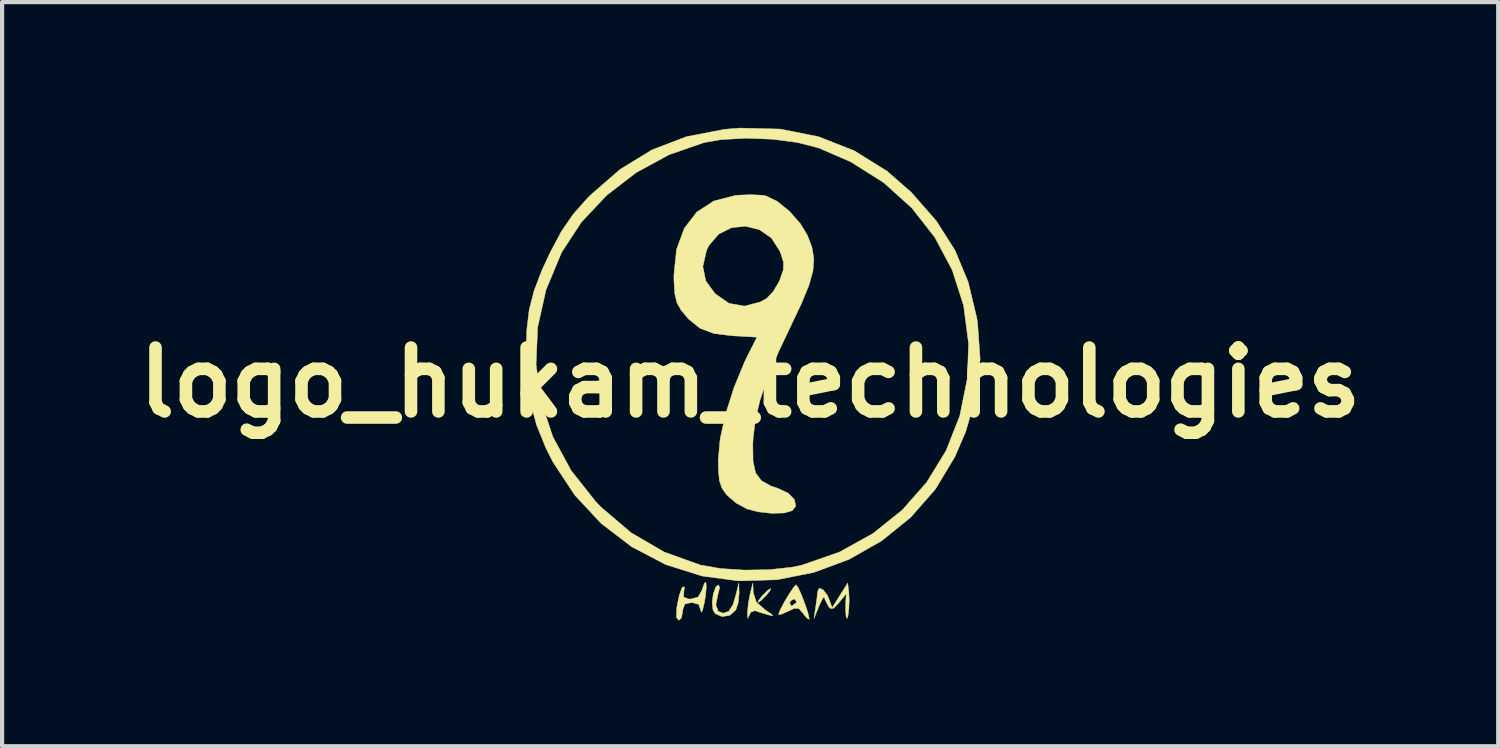
<source format=kicad_pcb>
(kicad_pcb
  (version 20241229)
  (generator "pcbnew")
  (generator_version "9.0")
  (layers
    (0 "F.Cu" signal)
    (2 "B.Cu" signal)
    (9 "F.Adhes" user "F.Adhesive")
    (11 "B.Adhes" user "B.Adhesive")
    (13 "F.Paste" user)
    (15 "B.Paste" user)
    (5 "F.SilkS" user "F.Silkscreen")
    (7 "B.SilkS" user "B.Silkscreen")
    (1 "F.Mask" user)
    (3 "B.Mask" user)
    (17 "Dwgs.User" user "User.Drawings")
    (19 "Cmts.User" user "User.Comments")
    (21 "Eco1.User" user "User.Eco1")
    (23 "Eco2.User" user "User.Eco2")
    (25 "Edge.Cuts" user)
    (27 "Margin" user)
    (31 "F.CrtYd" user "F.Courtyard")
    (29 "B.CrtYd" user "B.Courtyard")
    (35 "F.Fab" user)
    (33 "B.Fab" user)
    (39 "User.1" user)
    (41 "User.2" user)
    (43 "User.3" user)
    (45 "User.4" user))
  (footprint "logo_hukam_technologies"
    (layer "F.Cu")
    (at 14.848 6.077)
    (property "Reference" "logo_hukam_technologies" (at 0 0 0) (layer "F.SilkS") (effects (font (size 1.524 1.524) (thickness 0.3))))
    (attr through_hole)
    (fp_poly (pts (xy 0.475 4.964) (xy 0.381 5.08) (xy 0.254 5.205) (xy 0.185 5.249) (xy 0.203 5.196) (xy 0.296 5.08) (xy 0.424 4.955) (xy 0.492 4.911) (xy 0.475 4.964)) (stroke (width 0.01) (type solid)) (fill yes) (layer "F.SilkS"))
    (fp_poly (pts (xy 0.075 5.018) (xy 0.147 5.239) (xy 0.36 5.426) (xy 0.518 5.532) (xy 0.538 5.566) (xy 0.425 5.541) (xy 0.423 5.541) (xy 0.224 5.48) (xy 0.113 5.443) (xy 0.015 5.48) (xy -0.025 5.561) (xy -0.054 5.627) (xy -0.065 5.527) (xy -0.065 5.503) (xy -0.043 5.26) (xy 0 5.038) (xy 0.065 4.784) (xy 0.075 5.018)) (stroke (width 0.01) (type solid)) (fill yes) (layer "F.SilkS"))
    (fp_poly (pts (xy -0.263 5.022) (xy -0.287 5.262) (xy -0.342 5.424) (xy -0.483 5.554) (xy -0.67 5.584) (xy -0.831 5.515) (xy -0.887 5.426) (xy -0.906 5.24) (xy -0.878 5.033) (xy -0.817 4.874) (xy -0.755 4.826) (xy -0.728 4.893) (xy -0.768 5.052) (xy -0.819 5.301) (xy -0.762 5.46) (xy -0.643 5.503) (xy -0.51 5.458) (xy -0.41 5.3) (xy -0.334 5.045) (xy -0.271 4.784) (xy -0.263 5.022)) (stroke (width 0.01) (type solid)) (fill yes) (layer "F.SilkS"))
    (fp_poly (pts (xy 1.148 4.897) (xy 1.227 5.072) (xy 1.311 5.291) (xy 1.379 5.497) (xy 1.409 5.631) (xy 1.405 5.651) (xy 1.344 5.611) (xy 1.261 5.505) (xy 1.163 5.392) (xy 1.053 5.388) (xy 0.91 5.455) (xy 0.75 5.527) (xy 0.678 5.533) (xy 0.677 5.531) (xy 0.716 5.425) (xy 0.807 5.254) (xy 0.944 5.254) (xy 0.971 5.326) (xy 1.012 5.321) (xy 1.103 5.25) (xy 1.107 5.226) (xy 1.052 5.16) (xy 0.967 5.208) (xy 0.944 5.254) (xy 0.807 5.254) (xy 0.811 5.244) (xy 0.929 5.047) (xy 1.035 4.889) (xy 1.096 4.826) (xy 1.148 4.897)) (stroke (width 0.01) (type solid)) (fill yes) (layer "F.SilkS"))
    (fp_poly (pts (xy -1.046 4.881) (xy -1.064 5.083) (xy -1.092 5.249) (xy -1.136 5.432) (xy -1.167 5.483) (xy -1.176 5.44) (xy -1.228 5.292) (xy -1.39 5.249) (xy -1.397 5.249) (xy -1.558 5.284) (xy -1.608 5.422) (xy -1.609 5.461) (xy -1.641 5.62) (xy -1.704 5.673) (xy -1.76 5.601) (xy -1.752 5.382) (xy -1.742 5.313) (xy -1.69 5.073) (xy -1.629 4.905) (xy -1.609 4.877) (xy -1.567 4.879) (xy -1.581 4.983) (xy -1.587 5.119) (xy -1.478 5.163) (xy -1.416 5.165) (xy -1.24 5.117) (xy -1.146 4.948) (xy -1.142 4.932) (xy -1.089 4.78) (xy -1.055 4.772) (xy -1.046 4.881)) (stroke (width 0.01) (type solid)) (fill yes) (layer "F.SilkS"))
    (fp_poly (pts (xy 2.355 5.016) (xy 2.363 5.191) (xy 2.355 5.382) (xy 2.337 5.544) (xy 2.314 5.63) (xy 2.291 5.595) (xy 2.289 5.588) (xy 2.277 5.405) (xy 2.28 5.249) (xy 2.293 5.038) (xy 2.121 5.249) (xy 1.994 5.384) (xy 1.913 5.391) (xy 1.865 5.334) (xy 1.787 5.18) (xy 1.773 5.122) (xy 1.741 5.135) (xy 1.67 5.271) (xy 1.643 5.334) (xy 1.522 5.63) (xy 1.565 5.345) (xy 1.595 5.129) (xy 1.609 4.99) (xy 1.609 4.985) (xy 1.648 4.905) (xy 1.738 4.942) (xy 1.837 5.069) (xy 1.87 5.141) (xy 1.957 5.371) (xy 2.143 5.078) (xy 2.328 4.784) (xy 2.355 5.016)) (stroke (width 0.01) (type solid)) (fill yes) (layer "F.SilkS"))
    (fp_poly (pts (xy 0.274 -4.47) (xy 0.376 -4.454) (xy 0.645 -4.324) (xy 0.935 -4.089) (xy 1.195 -3.795) (xy 1.366 -3.514) (xy 1.474 -3.228) (xy 1.52 -2.955) (xy 1.498 -2.662) (xy 1.402 -2.318) (xy 1.226 -1.89) (xy 1.009 -1.433) (xy 0.67 -0.716) (xy 0.416 -0.111) (xy 0.238 0.411) (xy 0.126 0.88) (xy 0.071 1.324) (xy 0.064 1.464) (xy 0.069 1.874) (xy 0.129 2.154) (xy 0.267 2.341) (xy 0.502 2.471) (xy 0.674 2.529) (xy 0.912 2.643) (xy 1.058 2.795) (xy 1.087 2.95) (xy 1.004 3.057) (xy 0.809 3.112) (xy 0.518 3.121) (xy 0.195 3.085) (xy -0.074 3.016) (xy -0.335 2.875) (xy -0.561 2.68) (xy -0.561 2.679) (xy -0.671 2.524) (xy -0.733 2.347) (xy -0.758 2.092) (xy -0.762 1.849) (xy -0.716 1.345) (xy -0.586 0.753) (xy -0.387 0.125) (xy -0.135 -0.488) (xy -0.048 -0.667) (xy 0.163 -1.082) (xy -0.424 -1.115) (xy -0.867 -1.17) (xy -1.199 -1.296) (xy -1.473 -1.518) (xy -1.646 -1.726) (xy -1.745 -1.9) (xy -1.799 -2.119) (xy -1.818 -2.436) (xy -1.819 -2.568) (xy -1.799 -2.766) (xy -1.129 -2.766) (xy -1.058 -2.423) (xy -0.835 -2.118) (xy -0.503 -1.889) (xy -0.138 -1.824) (xy 0.244 -1.923) (xy 0.395 -2.008) (xy 0.544 -2.162) (xy 0.684 -2.396) (xy 0.712 -2.46) (xy 0.791 -2.691) (xy 0.796 -2.869) (xy 0.727 -3.089) (xy 0.708 -3.136) (xy 0.506 -3.45) (xy 0.22 -3.648) (xy -0.11 -3.729) (xy -0.446 -3.694) (xy -0.75 -3.542) (xy -0.984 -3.271) (xy -1.04 -3.155) (xy -1.129 -2.766) (xy -1.799 -2.766) (xy -1.756 -3.178) (xy -1.571 -3.68) (xy -1.273 -4.068) (xy -0.866 -4.332) (xy -0.359 -4.463) (xy -0.295 -4.47) (xy 0.008 -4.482) (xy 0.274 -4.47)) (stroke (width 0.01) (type solid)) (fill yes) (layer "F.SilkS"))
    (fp_poly (pts (xy 0.716 -6.048) (xy 1.629 -5.867) (xy 2.483 -5.531) (xy 3.265 -5.045) (xy 3.85 -4.533) (xy 4.443 -3.854) (xy 4.888 -3.155) (xy 5.202 -2.398) (xy 5.407 -1.545) (xy 5.426 -1.427) (xy 5.487 -0.555) (xy 5.393 0.307) (xy 5.141 1.179) (xy 4.885 1.772) (xy 4.42 2.544) (xy 3.832 3.215) (xy 3.14 3.775) (xy 2.364 4.217) (xy 1.524 4.53) (xy 0.638 4.705) (xy -0.275 4.733) (xy -1.146 4.617) (xy -2.018 4.342) (xy -2.827 3.918) (xy -3.557 3.36) (xy -4.188 2.682) (xy -4.705 1.897) (xy -4.872 1.566) (xy -5.094 1.02) (xy -5.238 0.493) (xy -5.316 -0.078) (xy -5.33 -0.428) (xy -5.108 -0.428) (xy -4.987 0.449) (xy -4.707 1.296) (xy -4.272 2.099) (xy -3.683 2.843) (xy -3.56 2.971) (xy -2.84 3.584) (xy -2.048 4.045) (xy -1.185 4.354) (xy -0.705 4.438) (xy -0.133 4.475) (xy 0.458 4.465) (xy 0.996 4.406) (xy 1.231 4.358) (xy 2.127 4.046) (xy 2.93 3.602) (xy 3.63 3.041) (xy 4.215 2.376) (xy 4.676 1.622) (xy 5.002 0.791) (xy 5.182 -0.1) (xy 5.211 -0.931) (xy 5.093 -1.836) (xy 4.82 -2.686) (xy 4.404 -3.467) (xy 3.856 -4.166) (xy 3.184 -4.771) (xy 2.399 -5.266) (xy 1.632 -5.598) (xy 1.125 -5.728) (xy 0.522 -5.806) (xy -0.109 -5.829) (xy -0.703 -5.795) (xy -1.101 -5.725) (xy -1.938 -5.434) (xy -2.723 -5.007) (xy -3.428 -4.464) (xy -4.027 -3.826) (xy -4.493 -3.114) (xy -4.505 -3.09) (xy -4.87 -2.212) (xy -5.07 -1.32) (xy -5.108 -0.428) (xy -5.33 -0.428) (xy -5.341 -0.705) (xy -5.329 -1.261) (xy -5.272 -1.736) (xy -5.157 -2.186) (xy -4.971 -2.673) (xy -4.768 -3.11) (xy -4.504 -3.605) (xy -4.227 -4.009) (xy -3.885 -4.396) (xy -3.818 -4.465) (xy -3.101 -5.088) (xy -2.342 -5.552) (xy -1.52 -5.867) (xy -0.614 -6.041) (xy -0.247 -6.072) (xy 0.716 -6.048)) (stroke (width 0.01) (type solid)) (fill yes) (layer "F.SilkS")))
  (gr_rect
    (start -3 -3)
    (end 32.696 14.754)
    (stroke (width 0.1) (type default))
    (fill no)
    (layer "Edge.Cuts")))
</source>
